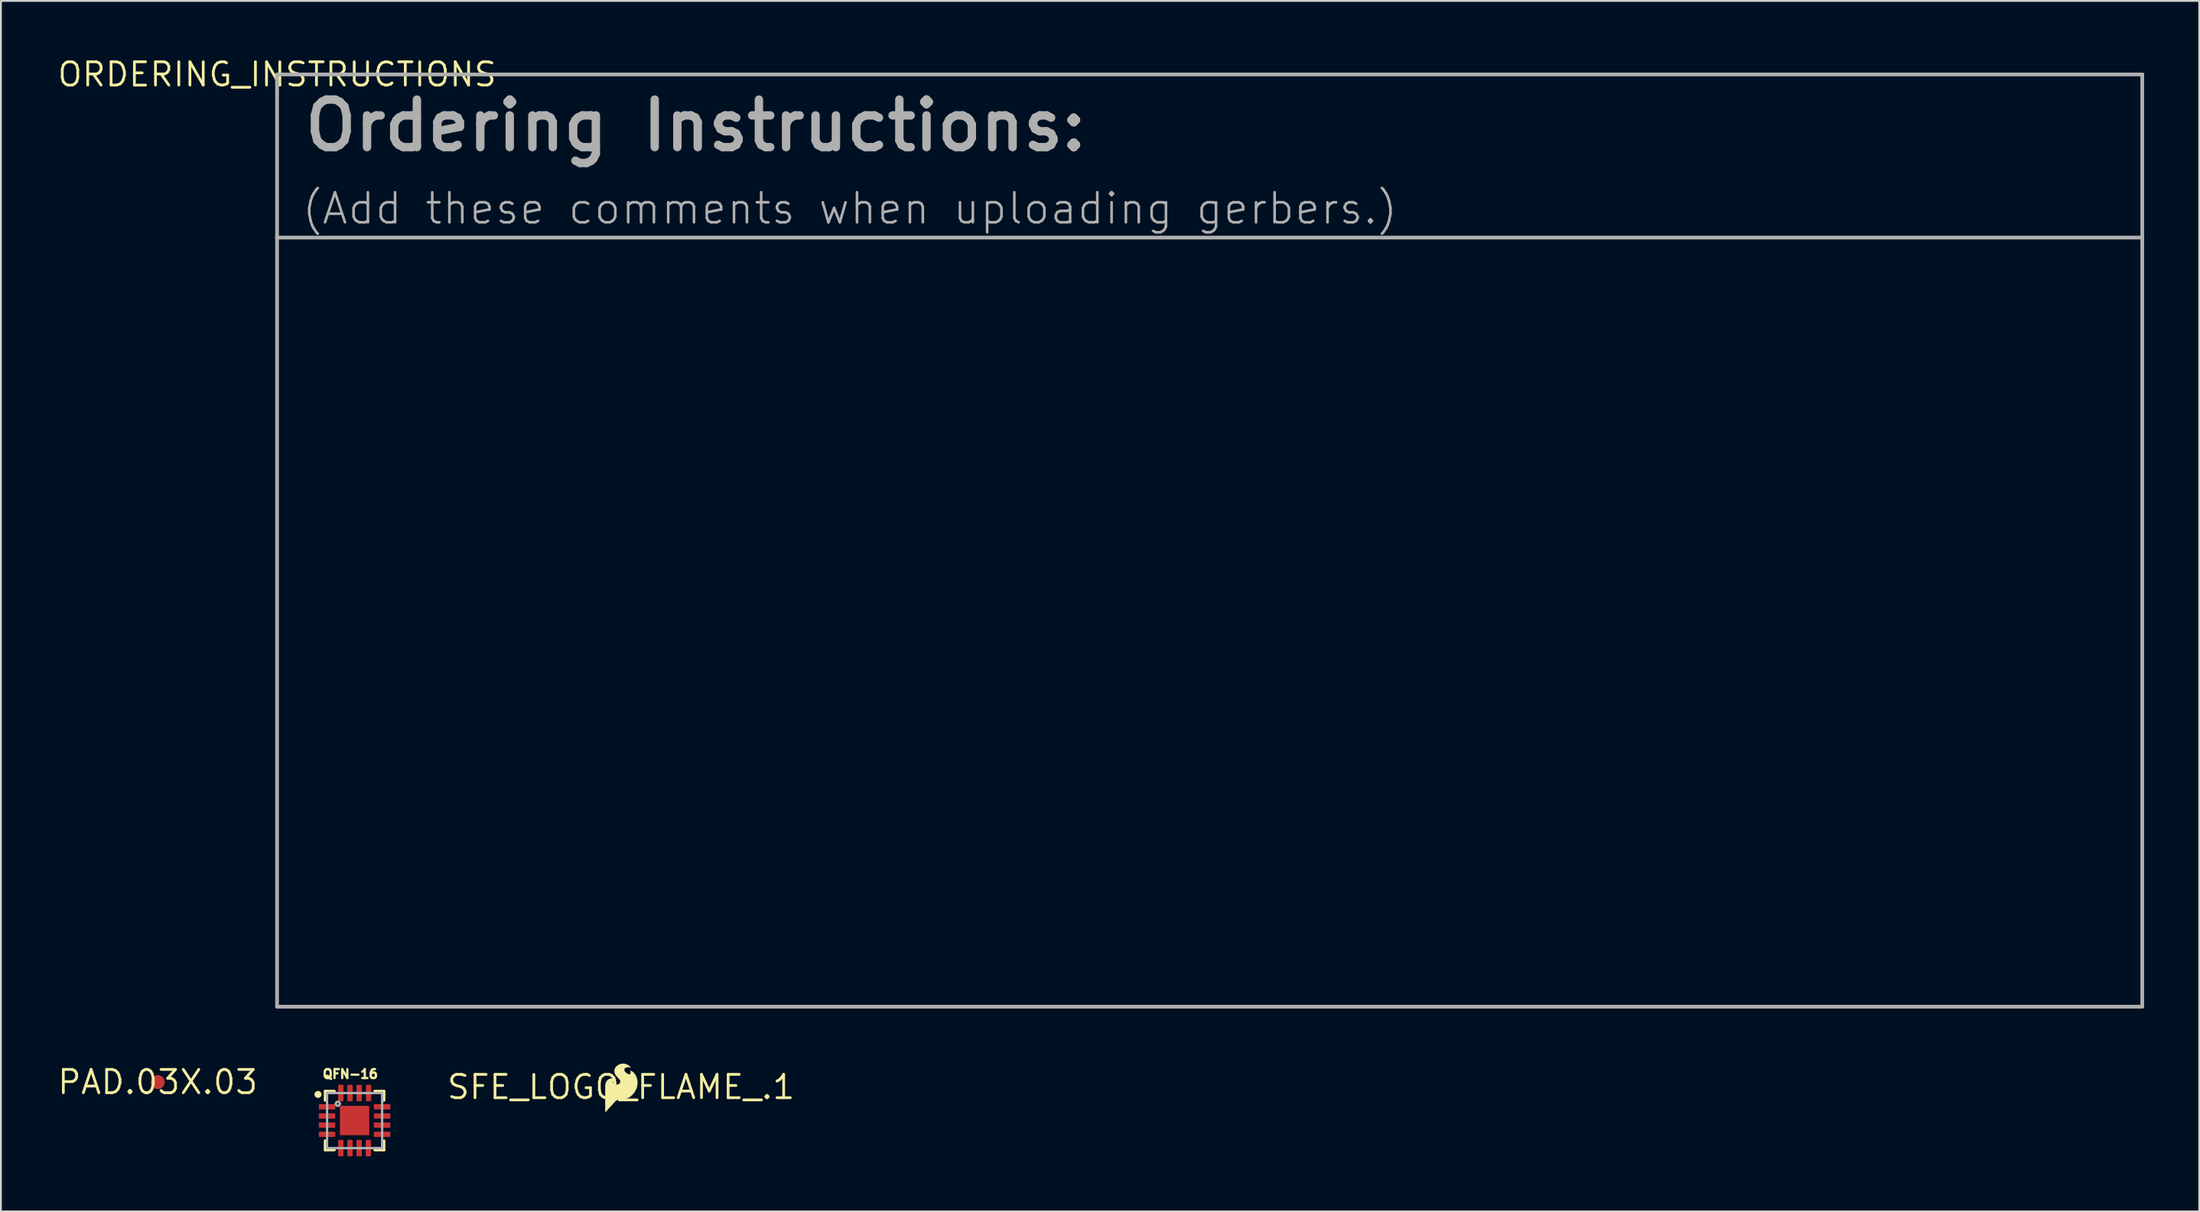
<source format=kicad_pcb>
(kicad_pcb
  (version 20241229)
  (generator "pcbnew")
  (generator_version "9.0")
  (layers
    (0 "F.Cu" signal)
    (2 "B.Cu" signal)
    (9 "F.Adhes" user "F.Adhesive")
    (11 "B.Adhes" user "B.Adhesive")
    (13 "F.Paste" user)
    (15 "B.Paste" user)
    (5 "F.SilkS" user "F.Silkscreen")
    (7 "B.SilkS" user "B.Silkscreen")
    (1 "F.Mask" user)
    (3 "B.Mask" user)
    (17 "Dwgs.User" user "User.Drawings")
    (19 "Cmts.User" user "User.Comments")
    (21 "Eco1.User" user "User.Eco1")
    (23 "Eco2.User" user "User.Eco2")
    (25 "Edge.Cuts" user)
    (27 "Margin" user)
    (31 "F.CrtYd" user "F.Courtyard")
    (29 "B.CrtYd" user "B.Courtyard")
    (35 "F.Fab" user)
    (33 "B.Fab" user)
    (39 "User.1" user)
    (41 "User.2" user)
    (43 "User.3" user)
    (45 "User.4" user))
  (footprint "QFN-16"
    (layer "F.Cu")
    (at 16.264 58.011)
    (property "Reference" "QFN-16" (at -1.8 -2.25 0) (unlocked yes) (layer "F.SilkS") (effects (font (size 0.488 0.488) (thickness 0.122)) (justify left bottom)))
    (fp_line (start -1.6 -1.6) (end -1.1 -1.6) (stroke (width 0.152) (type solid)) (layer "F.SilkS"))
    (fp_line (start -1.6 -1.1) (end -1.6 -1.6) (stroke (width 0.152) (type solid)) (layer "F.SilkS"))
    (fp_line (start -1.6 1.6) (end -1.6 1.1) (stroke (width 0.152) (type solid)) (layer "F.SilkS"))
    (fp_line (start -1.1 1.6) (end -1.6 1.6) (stroke (width 0.152) (type solid)) (layer "F.SilkS"))
    (fp_line (start 1.1 -1.6) (end 1.6 -1.6) (stroke (width 0.152) (type solid)) (layer "F.SilkS"))
    (fp_line (start 1.6 -1.6) (end 1.6 -1.1) (stroke (width 0.152) (type solid)) (layer "F.SilkS"))
    (fp_line (start 1.6 1.1) (end 1.6 1.6) (stroke (width 0.152) (type solid)) (layer "F.SilkS"))
    (fp_line (start 1.6 1.6) (end 1.1 1.6) (stroke (width 0.152) (type solid)) (layer "F.SilkS"))
    (fp_circle (center -1.992 -1.423) (end -1.897 -1.423) (stroke (width 0.191) (type solid)) (fill yes) (layer "F.SilkS"))
    (fp_poly (pts (xy -1.075 -0.625) (xy -1.075 -0.865) (xy -1.925 -0.865) (xy -1.925 -0.625)) (stroke (width 0) (type default)) (fill yes) (layer "F.Paste"))
    (fp_poly (pts (xy -1.075 -0.125) (xy -1.075 -0.365) (xy -1.925 -0.365) (xy -1.925 -0.125)) (stroke (width 0) (type default)) (fill yes) (layer "F.Paste"))
    (fp_poly (pts (xy -1.075 0.375) (xy -1.075 0.135) (xy -1.925 0.135) (xy -1.925 0.375)) (stroke (width 0) (type default)) (fill yes) (layer "F.Paste"))
    (fp_poly (pts (xy -1.075 0.875) (xy -1.075 0.635) (xy -1.925 0.635) (xy -1.925 0.875)) (stroke (width 0) (type default)) (fill yes) (layer "F.Paste"))
    (fp_poly (pts (xy -0.625 -1.925) (xy -0.865 -1.925) (xy -0.865 -1.075) (xy -0.625 -1.075)) (stroke (width 0) (type default)) (fill yes) (layer "F.Paste"))
    (fp_poly (pts (xy -0.625 1.075) (xy -0.865 1.075) (xy -0.865 1.925) (xy -0.625 1.925)) (stroke (width 0) (type default)) (fill yes) (layer "F.Paste"))
    (fp_poly (pts (xy -0.3 -0.3) (xy -0.3 -0.5) (xy -0.5 -0.5) (xy -0.5 -0.3)) (stroke (width 0) (type default)) (fill yes) (layer "F.Paste"))
    (fp_poly (pts (xy -0.3 0.5) (xy -0.3 0.3) (xy -0.5 0.3) (xy -0.5 0.5)) (stroke (width 0) (type default)) (fill yes) (layer "F.Paste"))
    (fp_poly (pts (xy -0.125 -1.925) (xy -0.365 -1.925) (xy -0.365 -1.075) (xy -0.125 -1.075)) (stroke (width 0) (type default)) (fill yes) (layer "F.Paste"))
    (fp_poly (pts (xy -0.125 1.075) (xy -0.365 1.075) (xy -0.365 1.925) (xy -0.125 1.925)) (stroke (width 0) (type default)) (fill yes) (layer "F.Paste"))
    (fp_poly (pts (xy 0.375 -1.925) (xy 0.135 -1.925) (xy 0.135 -1.075) (xy 0.375 -1.075)) (stroke (width 0) (type default)) (fill yes) (layer "F.Paste"))
    (fp_poly (pts (xy 0.375 1.075) (xy 0.135 1.075) (xy 0.135 1.925) (xy 0.375 1.925)) (stroke (width 0) (type default)) (fill yes) (layer "F.Paste"))
    (fp_poly (pts (xy 0.5 -0.3) (xy 0.5 -0.5) (xy 0.3 -0.5) (xy 0.3 -0.3)) (stroke (width 0) (type default)) (fill yes) (layer "F.Paste"))
    (fp_poly (pts (xy 0.5 0.5) (xy 0.5 0.3) (xy 0.3 0.3) (xy 0.3 0.5)) (stroke (width 0) (type default)) (fill yes) (layer "F.Paste"))
    (fp_poly (pts (xy 0.875 -1.925) (xy 0.635 -1.925) (xy 0.635 -1.075) (xy 0.875 -1.075)) (stroke (width 0) (type default)) (fill yes) (layer "F.Paste"))
    (fp_poly (pts (xy 0.875 1.075) (xy 0.635 1.075) (xy 0.635 1.925) (xy 0.875 1.925)) (stroke (width 0) (type default)) (fill yes) (layer "F.Paste"))
    (fp_poly (pts (xy 1.075 -0.875) (xy 1.075 -0.635) (xy 1.925 -0.635) (xy 1.925 -0.875)) (stroke (width 0) (type default)) (fill yes) (layer "F.Paste"))
    (fp_poly (pts (xy 1.075 -0.375) (xy 1.075 -0.135) (xy 1.925 -0.135) (xy 1.925 -0.375)) (stroke (width 0) (type default)) (fill yes) (layer "F.Paste"))
    (fp_poly (pts (xy 1.075 0.125) (xy 1.075 0.365) (xy 1.925 0.365) (xy 1.925 0.125)) (stroke (width 0) (type default)) (fill yes) (layer "F.Paste"))
    (fp_poly (pts (xy 1.075 0.625) (xy 1.075 0.865) (xy 1.925 0.865) (xy 1.925 0.625)) (stroke (width 0) (type default)) (fill yes) (layer "F.Paste"))
    (fp_line (start -1.499 1.499) (end -1.499 -1.501) (stroke (width 0.127) (type solid)) (layer "F.Fab"))
    (fp_line (start -1.499 1.499) (end 1.501 1.499) (stroke (width 0.127) (type solid)) (layer "F.Fab"))
    (fp_line (start 1.501 -1.501) (end -1.499 -1.501) (stroke (width 0.127) (type solid)) (layer "F.Fab"))
    (fp_line (start 1.501 -1.501) (end 1.501 1.499) (stroke (width 0.127) (type solid)) (layer "F.Fab"))
    (fp_circle (center -0.913 -0.915) (end -0.863 -0.915) (stroke (width 0.127) (type solid)) (fill no) (layer "F.Fab"))
    (pad "1" smd roundrect (at -1.5 -0.75 180) (size 0.9 0.29) (layers "F.Cu" "F.Mask") (roundrect_rratio 0.175))
    (pad "2" smd roundrect (at -1.5 -0.25 180) (size 0.9 0.29) (layers "F.Cu" "F.Mask") (roundrect_rratio 0.175))
    (pad "3" smd roundrect (at -1.5 0.25 180) (size 0.9 0.29) (layers "F.Cu" "F.Mask") (roundrect_rratio 0.175))
    (pad "4" smd roundrect (at -1.5 0.75 180) (size 0.9 0.29) (layers "F.Cu" "F.Mask") (roundrect_rratio 0.175))
    (pad "5" smd roundrect (at -0.75 1.5 90) (size 0.9 0.29) (layers "F.Cu" "F.Mask") (roundrect_rratio 0.175))
    (pad "6" smd roundrect (at -0.25 1.5 90) (size 0.9 0.29) (layers "F.Cu" "F.Mask") (roundrect_rratio 0.175))
    (pad "7" smd roundrect (at 0.25 1.5 90) (size 0.9 0.29) (layers "F.Cu" "F.Mask") (roundrect_rratio 0.175))
    (pad "8" smd roundrect (at 0.75 1.5 90) (size 0.9 0.29) (layers "F.Cu" "F.Mask") (roundrect_rratio 0.175))
    (pad "9" smd roundrect (at 1.5 0.75) (size 0.9 0.29) (layers "F.Cu" "F.Mask") (roundrect_rratio 0.175))
    (pad "10" smd roundrect (at 1.5 0.25) (size 0.9 0.29) (layers "F.Cu" "F.Mask") (roundrect_rratio 0.175))
    (pad "11" smd roundrect (at 1.5 -0.25) (size 0.9 0.29) (layers "F.Cu" "F.Mask") (roundrect_rratio 0.175))
    (pad "12" smd roundrect (at 1.5 -0.75) (size 0.9 0.29) (layers "F.Cu" "F.Mask") (roundrect_rratio 0.175))
    (pad "13" smd roundrect (at 0.765 -1.5 270) (size 0.9 0.29) (layers "F.Cu" "F.Mask") (roundrect_rratio 0.175))
    (pad "14" smd roundrect (at 0.25 -1.5 270) (size 0.9 0.29) (layers "F.Cu" "F.Mask") (roundrect_rratio 0.175))
    (pad "15" smd roundrect (at -0.25 -1.5 270) (size 0.9 0.29) (layers "F.Cu" "F.Mask") (roundrect_rratio 0.175))
    (pad "16" smd roundrect (at -0.75 -1.5 270) (size 0.9 0.29) (layers "F.Cu" "F.Mask") (roundrect_rratio 0.175))
    (pad "17" smd roundrect (at 0 0 90) (size 1.6 1.6) (layers "F.Cu" "F.Mask") (roundrect_rratio 0.032)))
  (footprint "SFE_LOGO_FLAME_.1"
    (layer "F.Cu")
    (at 30.777 56.185)
    (property "Reference" "SFE_LOGO_FLAME_.1" (at 0 0 0) (unlocked yes) (layer "F.SilkS") (effects (font (size 1.27 1.27) (thickness 0.15))))
    (fp_poly (pts (xy 0.27 -1.255) (xy 0.417 -1.182) (xy 0.462 -1.148) (xy 0.539 -1.071) (xy 0.428 -1.071) (xy 0.408 -1.081) (xy 0.362 -1.081) (xy 0.325 -1.072) (xy 0.279 -1.063) (xy 0.247 -1.046) (xy 0.215 -1.022) (xy 0.2 -1) (xy 0.192 -0.984) (xy 0.185 -0.963) (xy 0.185 -0.914) (xy 0.192 -0.885) (xy 0.227 -0.833) (xy 0.282 -0.778) (xy 0.319 -0.75) (xy 0.346 -0.732) (xy 0.38 -0.715) (xy 0.452 -0.697) (xy 0.471 -0.697) (xy 0.486 -0.702) (xy 0.506 -0.722) (xy 0.512 -0.734) (xy 0.519 -0.755) (xy 0.519 -0.908) (xy 0.662 -0.818) (xy 0.748 -0.722) (xy 0.822 -0.605) (xy 0.874 -0.449) (xy 0.905 -0.281) (xy 0.895 -0.103) (xy 0.843 0.095) (xy 0.739 0.282) (xy 0.666 0.376) (xy 0.583 0.459) (xy 0.5 0.532) (xy 0.394 0.595) (xy 0.289 0.637) (xy 0.175 0.668) (xy 0.05 0.689) (xy -0.14 0.689) (xy -0.19 0.697) (xy -0.279 0.751) (xy -0.375 0.847) (xy -0.495 0.987) (xy -0.615 1.107) (xy -0.665 1.167) (xy -0.713 1.215) (xy -0.743 1.265) (xy -0.861 1.383) (xy -0.861 -0.081) (xy -0.85 -0.167) (xy -0.828 -0.244) (xy -0.762 -0.354) (xy -0.706 -0.399) (xy -0.662 -0.433) (xy -0.604 -0.456) (xy -0.55 -0.466) (xy -0.486 -0.477) (xy -0.354 -0.477) (xy -0.259 -0.429) (xy -0.31 -0.378) (xy -0.358 -0.354) (xy -0.382 -0.346) (xy -0.43 -0.298) (xy -0.435 -0.283) (xy -0.435 -0.255) (xy -0.428 -0.236) (xy -0.413 -0.213) (xy -0.362 -0.161) (xy -0.322 -0.146) (xy -0.279 -0.137) (xy -0.208 -0.137) (xy -0.139 -0.154) (xy -0.089 -0.187) (xy -0.057 -0.227) (xy -0.041 -0.275) (xy -0.041 -0.332) (xy -0.066 -0.398) (xy -0.131 -0.463) (xy -0.212 -0.554) (xy -0.284 -0.637) (xy -0.339 -0.735) (xy -0.361 -0.835) (xy -0.361 -0.925) (xy -0.328 -1.025) (xy -0.272 -1.115) (xy -0.174 -1.191) (xy -0.056 -1.255) (xy 0.064 -1.277) (xy 0.171 -1.277)) (stroke (width 0) (type default)) (fill yes) (layer "F.SilkS")))
  (footprint "PAD.03X.03"
    (layer "F.Cu")
    (at 5.541 55.914)
    (property "Reference" "PAD.03X.03" (at 0 0 0) (unlocked yes) (layer "F.SilkS") (effects (font (size 1.27 1.27) (thickness 0.15))))
    (pad "P$1" smd roundrect (at 0 0) (size 0.762 0.762) (layers "F.Cu" "F.Mask") (roundrect_rratio 0.5)))
  (footprint "ORDERING_INSTRUCTIONS"
    (layer "F.Cu")
    (at 12.042 1.006)
    (property "Reference" "ORDERING_INSTRUCTIONS" (at 0 0 0) (unlocked yes) (layer "F.SilkS") (effects (font (size 1.27 1.27) (thickness 0.15))))
    (fp_line (start 0 0) (end 101.6 0) (stroke (width 0.203) (type solid)) (layer "F.Fab"))
    (fp_line (start 0 8.89) (end 0 0) (stroke (width 0.203) (type solid)) (layer "F.Fab"))
    (fp_line (start 0 8.89) (end 101.6 8.89) (stroke (width 0.203) (type solid)) (layer "F.Fab"))
    (fp_line (start 0 50.8) (end 0 8.89) (stroke (width 0.203) (type solid)) (layer "F.Fab"))
    (fp_line (start 101.6 0) (end 101.6 8.89) (stroke (width 0.203) (type solid)) (layer "F.Fab"))
    (fp_line (start 101.6 8.89) (end 101.6 50.8) (stroke (width 0.203) (type solid)) (layer "F.Fab"))
    (fp_line (start 101.6 50.8) (end 0 50.8) (stroke (width 0.203) (type solid)) (layer "F.Fab"))
    (fp_text user "(Add these comments when uploading gerbers.)" (at 1.27 6.35 0) (layer "F.Fab") (effects (font (size 1.636 1.636) (thickness 0.142)) (justify left top)))
    (fp_text user "Ordering Instructions:" (at 1.27 1.27 0) (layer "F.Fab") (effects (font (size 2.591 2.591) (thickness 0.457)) (justify left top))))
  (gr_rect
    (start -3 -3)
    (end 116.744 62.961)
    (stroke (width 0.1) (type default))
    (fill no)
    (layer "Edge.Cuts")))
</source>
